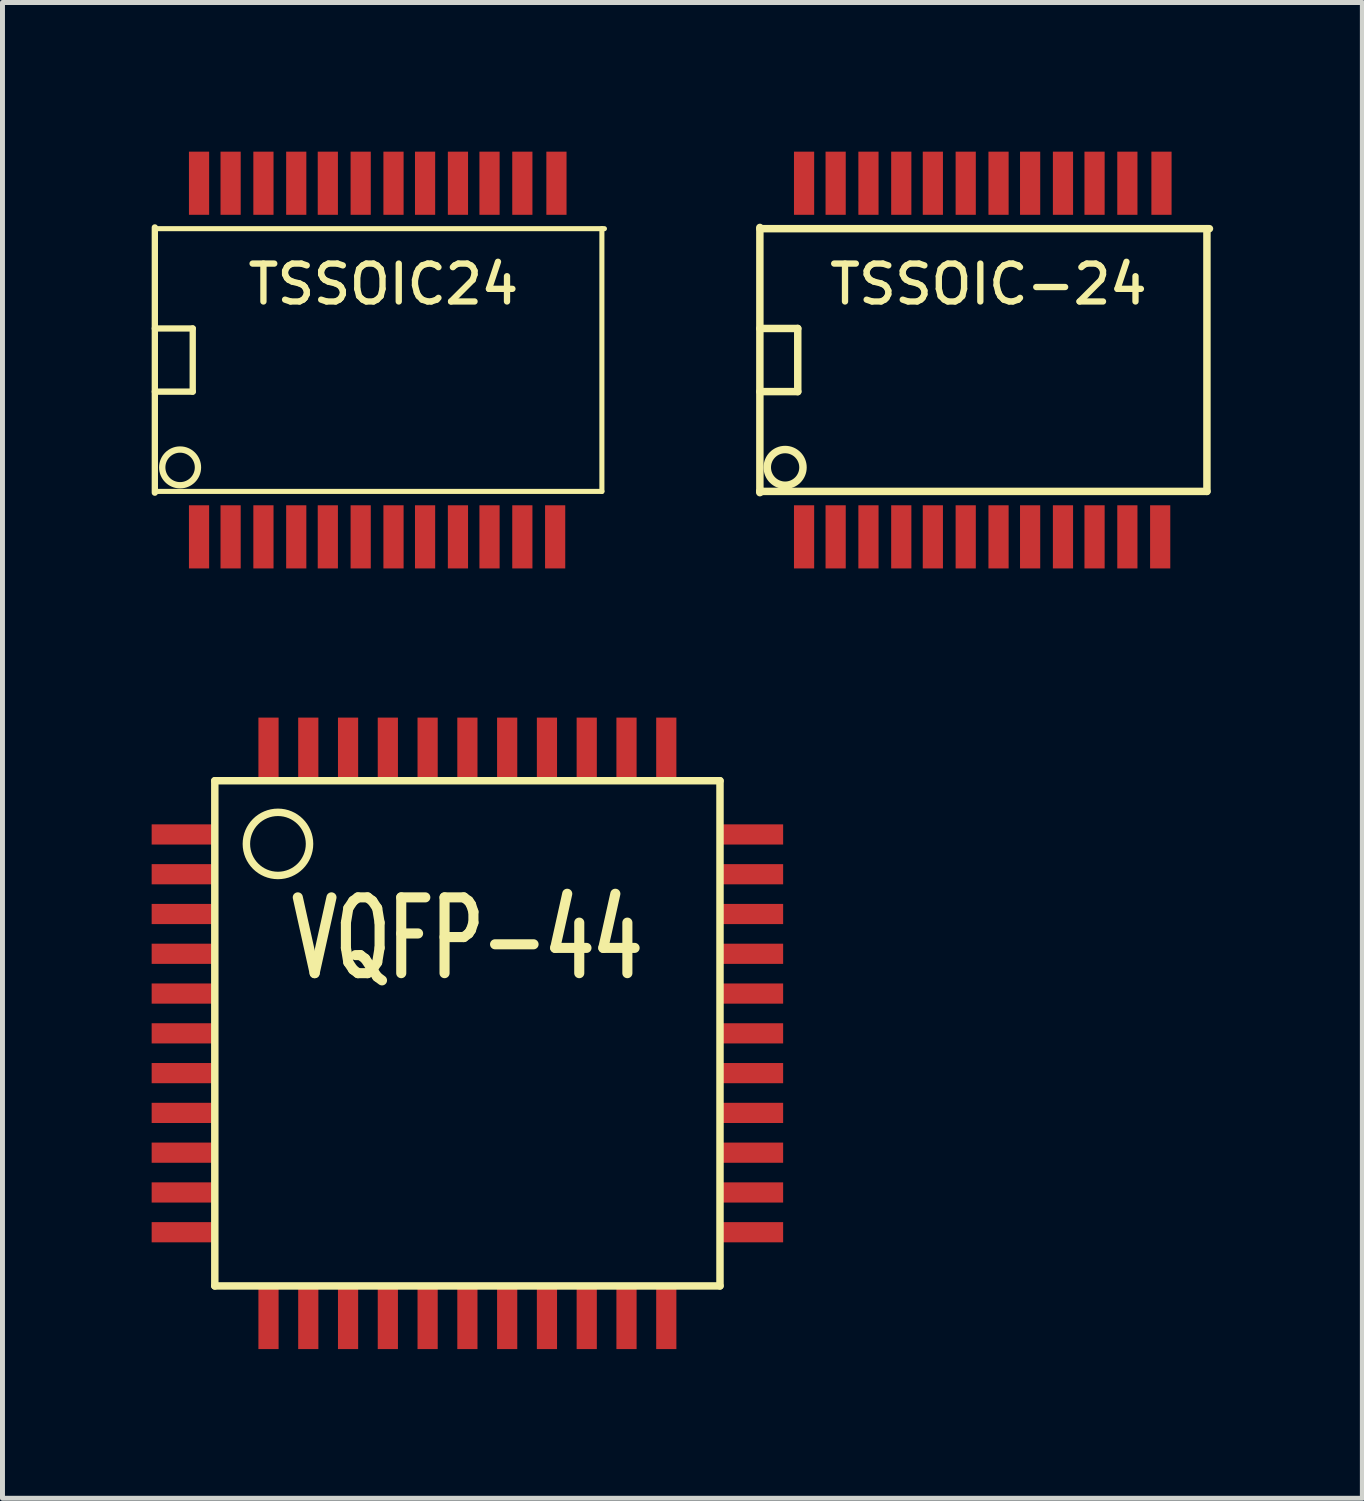
<source format=kicad_pcb>
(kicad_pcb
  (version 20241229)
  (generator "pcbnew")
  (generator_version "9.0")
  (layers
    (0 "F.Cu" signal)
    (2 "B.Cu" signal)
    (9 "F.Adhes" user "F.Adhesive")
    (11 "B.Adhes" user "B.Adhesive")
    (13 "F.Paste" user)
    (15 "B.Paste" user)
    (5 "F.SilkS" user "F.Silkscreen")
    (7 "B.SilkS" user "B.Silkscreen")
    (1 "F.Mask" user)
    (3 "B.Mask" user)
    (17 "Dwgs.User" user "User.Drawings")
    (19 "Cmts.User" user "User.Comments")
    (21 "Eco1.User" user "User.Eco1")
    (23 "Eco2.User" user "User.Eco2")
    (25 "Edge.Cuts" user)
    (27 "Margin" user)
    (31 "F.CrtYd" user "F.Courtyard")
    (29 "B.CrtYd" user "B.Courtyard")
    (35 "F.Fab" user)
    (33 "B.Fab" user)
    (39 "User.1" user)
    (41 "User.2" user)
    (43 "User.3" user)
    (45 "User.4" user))
  (footprint "TSSOIC-24"
    (layer "F.Cu")
    (at 16.702 4.191)
    (property "Reference" "TSSOIC-24" (at 0.127 -1.524 0) (layer "F.SilkS") (effects (font (size 0.762 0.762) (thickness 0.127))))
    (attr smd)
    (fp_line (start -4.47 -2.667) (end -4.47 2.667) (stroke (width 0.15) (type solid)) (layer "F.SilkS"))
    (fp_line (start -4.47 -2.642) (end 4.572 -2.642) (stroke (width 0.15) (type solid)) (layer "F.SilkS"))
    (fp_line (start -4.47 -0.635) (end -3.708 -0.635) (stroke (width 0.15) (type solid)) (layer "F.SilkS"))
    (fp_line (start -4.47 2.642) (end -4.42 2.642) (stroke (width 0.15) (type solid)) (layer "F.SilkS"))
    (fp_line (start -3.708 -0.635) (end -3.708 0.635) (stroke (width 0.15) (type solid)) (layer "F.SilkS"))
    (fp_line (start -3.708 0.635) (end -4.47 0.635) (stroke (width 0.15) (type solid)) (layer "F.SilkS"))
    (fp_line (start 4.521 -2.642) (end 4.521 2.642) (stroke (width 0.15) (type solid)) (layer "F.SilkS"))
    (fp_line (start 4.521 2.642) (end -4.47 2.642) (stroke (width 0.15) (type solid)) (layer "F.SilkS"))
    (fp_circle (center -3.962 2.159) (end -4.216 1.905) (stroke (width 0.15) (type solid)) (fill no) (layer "F.SilkS"))
    (pad "1" smd rect (at -3.581 3.556) (size 0.406 1.27) (layers "F.Cu" "F.Mask" "F.Paste"))
    (pad "2" smd rect (at -2.946 3.556) (size 0.406 1.27) (layers "F.Cu" "F.Mask" "F.Paste"))
    (pad "3" smd rect (at -2.286 3.556) (size 0.406 1.27) (layers "F.Cu" "F.Mask" "F.Paste"))
    (pad "4" smd rect (at -1.626 3.556) (size 0.406 1.27) (layers "F.Cu" "F.Mask" "F.Paste"))
    (pad "5" smd rect (at -0.991 3.556) (size 0.406 1.27) (layers "F.Cu" "F.Mask" "F.Paste"))
    (pad "6" smd rect (at -0.33 3.556) (size 0.406 1.27) (layers "F.Cu" "F.Mask" "F.Paste"))
    (pad "7" smd rect (at 0.33 3.556) (size 0.406 1.27) (layers "F.Cu" "F.Mask" "F.Paste"))
    (pad "8" smd rect (at 0.965 3.556) (size 0.406 1.27) (layers "F.Cu" "F.Mask" "F.Paste"))
    (pad "9" smd rect (at 1.626 3.556) (size 0.406 1.27) (layers "F.Cu" "F.Mask" "F.Paste"))
    (pad "10" smd rect (at 2.261 3.556) (size 0.406 1.27) (layers "F.Cu" "F.Mask" "F.Paste"))
    (pad "11" smd rect (at 2.921 3.556) (size 0.406 1.27) (layers "F.Cu" "F.Mask" "F.Paste"))
    (pad "12" smd rect (at 3.581 3.556) (size 0.406 1.27) (layers "F.Cu" "F.Mask" "F.Paste"))
    (pad "13" smd rect (at 3.607 -3.556) (size 0.406 1.27) (layers "F.Cu" "F.Mask" "F.Paste"))
    (pad "14" smd rect (at 2.921 -3.556) (size 0.406 1.27) (layers "F.Cu" "F.Mask" "F.Paste"))
    (pad "15" smd rect (at 2.261 -3.556) (size 0.406 1.27) (layers "F.Cu" "F.Mask" "F.Paste"))
    (pad "16" smd rect (at 1.626 -3.556) (size 0.406 1.27) (layers "F.Cu" "F.Mask" "F.Paste"))
    (pad "17" smd rect (at 0.965 -3.556) (size 0.406 1.27) (layers "F.Cu" "F.Mask" "F.Paste"))
    (pad "18" smd rect (at 0.33 -3.556) (size 0.406 1.27) (layers "F.Cu" "F.Mask" "F.Paste"))
    (pad "19" smd rect (at -0.33 -3.556) (size 0.406 1.27) (layers "F.Cu" "F.Mask" "F.Paste"))
    (pad "20" smd rect (at -0.991 -3.556) (size 0.406 1.27) (layers "F.Cu" "F.Mask" "F.Paste"))
    (pad "21" smd rect (at -1.626 -3.556) (size 0.406 1.27) (layers "F.Cu" "F.Mask" "F.Paste"))
    (pad "22" smd rect (at -2.286 -3.556) (size 0.406 1.27) (layers "F.Cu" "F.Mask" "F.Paste"))
    (pad "23" smd rect (at -2.946 -3.556) (size 0.406 1.27) (layers "F.Cu" "F.Mask" "F.Paste"))
    (pad "24" smd rect (at -3.581 -3.556) (size 0.406 1.27) (layers "F.Cu" "F.Mask" "F.Paste")))
  (footprint "TSSOIC24"
    (layer "F.Cu")
    (at 4.534 4.191)
    (property "Reference" "TSSOIC24" (at 0.127 -1.524 0) (layer "F.SilkS") (effects (font (size 0.762 0.762) (thickness 0.127))))
    (attr smd)
    (fp_line (start -4.47 -2.667) (end -4.47 2.667) (stroke (width 0.127) (type solid)) (layer "F.SilkS"))
    (fp_line (start -4.47 -2.642) (end 4.572 -2.642) (stroke (width 0.102) (type solid)) (layer "F.SilkS"))
    (fp_line (start -4.47 -0.635) (end -3.708 -0.635) (stroke (width 0.127) (type solid)) (layer "F.SilkS"))
    (fp_line (start -4.47 2.642) (end -4.42 2.642) (stroke (width 0.102) (type solid)) (layer "F.SilkS"))
    (fp_line (start -3.708 -0.635) (end -3.708 0.635) (stroke (width 0.127) (type solid)) (layer "F.SilkS"))
    (fp_line (start -3.708 0.635) (end -4.47 0.635) (stroke (width 0.127) (type solid)) (layer "F.SilkS"))
    (fp_line (start 4.521 -2.642) (end 4.521 2.642) (stroke (width 0.102) (type solid)) (layer "F.SilkS"))
    (fp_line (start 4.521 2.642) (end -4.47 2.642) (stroke (width 0.102) (type solid)) (layer "F.SilkS"))
    (fp_circle (center -3.962 2.159) (end -4.216 1.905) (stroke (width 0.127) (type solid)) (fill no) (layer "F.SilkS"))
    (pad "1" smd rect (at -3.581 3.556) (size 0.406 1.27) (layers "F.Cu" "F.Mask" "F.Paste"))
    (pad "2" smd rect (at -2.946 3.556) (size 0.406 1.27) (layers "F.Cu" "F.Mask" "F.Paste"))
    (pad "3" smd rect (at -2.286 3.556) (size 0.406 1.27) (layers "F.Cu" "F.Mask" "F.Paste"))
    (pad "4" smd rect (at -1.626 3.556) (size 0.406 1.27) (layers "F.Cu" "F.Mask" "F.Paste"))
    (pad "5" smd rect (at -0.991 3.556) (size 0.406 1.27) (layers "F.Cu" "F.Mask" "F.Paste"))
    (pad "6" smd rect (at -0.33 3.556) (size 0.406 1.27) (layers "F.Cu" "F.Mask" "F.Paste"))
    (pad "7" smd rect (at 0.33 3.556) (size 0.406 1.27) (layers "F.Cu" "F.Mask" "F.Paste"))
    (pad "8" smd rect (at 0.965 3.556) (size 0.406 1.27) (layers "F.Cu" "F.Mask" "F.Paste"))
    (pad "9" smd rect (at 1.626 3.556) (size 0.406 1.27) (layers "F.Cu" "F.Mask" "F.Paste"))
    (pad "10" smd rect (at 2.261 3.556) (size 0.406 1.27) (layers "F.Cu" "F.Mask" "F.Paste"))
    (pad "11" smd rect (at 2.921 3.556) (size 0.406 1.27) (layers "F.Cu" "F.Mask" "F.Paste"))
    (pad "12" smd rect (at 3.581 3.556) (size 0.406 1.27) (layers "F.Cu" "F.Mask" "F.Paste"))
    (pad "13" smd rect (at 3.607 -3.556) (size 0.406 1.27) (layers "F.Cu" "F.Mask" "F.Paste"))
    (pad "14" smd rect (at 2.921 -3.556) (size 0.406 1.27) (layers "F.Cu" "F.Mask" "F.Paste"))
    (pad "15" smd rect (at 2.261 -3.556) (size 0.406 1.27) (layers "F.Cu" "F.Mask" "F.Paste"))
    (pad "16" smd rect (at 1.626 -3.556) (size 0.406 1.27) (layers "F.Cu" "F.Mask" "F.Paste"))
    (pad "17" smd rect (at 0.965 -3.556) (size 0.406 1.27) (layers "F.Cu" "F.Mask" "F.Paste"))
    (pad "18" smd rect (at 0.33 -3.556) (size 0.406 1.27) (layers "F.Cu" "F.Mask" "F.Paste"))
    (pad "19" smd rect (at -0.33 -3.556) (size 0.406 1.27) (layers "F.Cu" "F.Mask" "F.Paste"))
    (pad "20" smd rect (at -0.991 -3.556) (size 0.406 1.27) (layers "F.Cu" "F.Mask" "F.Paste"))
    (pad "21" smd rect (at -1.626 -3.556) (size 0.406 1.27) (layers "F.Cu" "F.Mask" "F.Paste"))
    (pad "22" smd rect (at -2.286 -3.556) (size 0.406 1.27) (layers "F.Cu" "F.Mask" "F.Paste"))
    (pad "23" smd rect (at -2.946 -3.556) (size 0.406 1.27) (layers "F.Cu" "F.Mask" "F.Paste"))
    (pad "24" smd rect (at -3.581 -3.556) (size 0.406 1.27) (layers "F.Cu" "F.Mask" "F.Paste")))
  (footprint "VQFP-44"
    (layer "F.Cu")
    (at 6.35 17.732)
    (property "Reference" "VQFP-44" (at 0 -1.905 0) (layer "F.SilkS") (effects (font (size 1.524 1.016) (thickness 0.203))))
    (attr smd)
    (fp_line (start -5.08 -5.08) (end 5.08 -5.08) (stroke (width 0.15) (type solid)) (layer "F.SilkS"))
    (fp_line (start -5.08 5.08) (end -5.08 -5.08) (stroke (width 0.15) (type solid)) (layer "F.SilkS"))
    (fp_line (start 5.08 -5.08) (end 5.08 5.08) (stroke (width 0.15) (type solid)) (layer "F.SilkS"))
    (fp_line (start 5.08 5.08) (end -5.08 5.08) (stroke (width 0.15) (type solid)) (layer "F.SilkS"))
    (fp_circle (center -3.81 -3.81) (end -3.81 -3.175) (stroke (width 0.15) (type solid)) (fill no) (layer "F.SilkS"))
    (pad "1" smd rect (at -5.715 -4) (size 1.27 0.406) (layers "F.Cu" "F.Mask" "F.Paste"))
    (pad "2" smd rect (at -5.715 -3.2) (size 1.27 0.406) (layers "F.Cu" "F.Mask" "F.Paste"))
    (pad "3" smd rect (at -5.715 -2.4) (size 1.27 0.406) (layers "F.Cu" "F.Mask" "F.Paste"))
    (pad "4" smd rect (at -5.715 -1.6) (size 1.27 0.406) (layers "F.Cu" "F.Mask" "F.Paste"))
    (pad "5" smd rect (at -5.715 -0.8) (size 1.27 0.406) (layers "F.Cu" "F.Mask" "F.Paste"))
    (pad "6" smd rect (at -5.715 0) (size 1.27 0.406) (layers "F.Cu" "F.Mask" "F.Paste"))
    (pad "7" smd rect (at -5.715 0.8) (size 1.27 0.406) (layers "F.Cu" "F.Mask" "F.Paste"))
    (pad "8" smd rect (at -5.715 1.6) (size 1.27 0.406) (layers "F.Cu" "F.Mask" "F.Paste"))
    (pad "9" smd rect (at -5.715 2.4) (size 1.27 0.406) (layers "F.Cu" "F.Mask" "F.Paste"))
    (pad "10" smd rect (at -5.715 3.2) (size 1.27 0.406) (layers "F.Cu" "F.Mask" "F.Paste"))
    (pad "11" smd rect (at -5.715 4) (size 1.27 0.406) (layers "F.Cu" "F.Mask" "F.Paste"))
    (pad "12" smd rect (at -4 5.715) (size 0.406 1.27) (layers "F.Cu" "F.Mask" "F.Paste"))
    (pad "13" smd rect (at -3.2 5.715) (size 0.406 1.27) (layers "F.Cu" "F.Mask" "F.Paste"))
    (pad "14" smd rect (at -2.4 5.715) (size 0.406 1.27) (layers "F.Cu" "F.Mask" "F.Paste"))
    (pad "15" smd rect (at -1.6 5.715) (size 0.406 1.27) (layers "F.Cu" "F.Mask" "F.Paste"))
    (pad "16" smd rect (at -0.8 5.715) (size 0.406 1.27) (layers "F.Cu" "F.Mask" "F.Paste"))
    (pad "17" smd rect (at 0 5.715) (size 0.406 1.27) (layers "F.Cu" "F.Mask" "F.Paste"))
    (pad "18" smd rect (at 0.8 5.715) (size 0.406 1.27) (layers "F.Cu" "F.Mask" "F.Paste"))
    (pad "19" smd rect (at 1.6 5.715) (size 0.406 1.27) (layers "F.Cu" "F.Mask" "F.Paste"))
    (pad "20" smd rect (at 2.4 5.715) (size 0.406 1.27) (layers "F.Cu" "F.Mask" "F.Paste"))
    (pad "21" smd rect (at 3.2 5.715) (size 0.406 1.27) (layers "F.Cu" "F.Mask" "F.Paste"))
    (pad "22" smd rect (at 4 5.715) (size 0.406 1.27) (layers "F.Cu" "F.Mask" "F.Paste"))
    (pad "23" smd rect (at 5.715 4) (size 1.27 0.406) (layers "F.Cu" "F.Mask" "F.Paste"))
    (pad "24" smd rect (at 5.715 3.2) (size 1.27 0.406) (layers "F.Cu" "F.Mask" "F.Paste"))
    (pad "25" smd rect (at 5.715 2.4) (size 1.27 0.406) (layers "F.Cu" "F.Mask" "F.Paste"))
    (pad "26" smd rect (at 5.715 1.6) (size 1.27 0.406) (layers "F.Cu" "F.Mask" "F.Paste"))
    (pad "27" smd rect (at 5.715 0.8) (size 1.27 0.406) (layers "F.Cu" "F.Mask" "F.Paste"))
    (pad "28" smd rect (at 5.715 0) (size 1.27 0.406) (layers "F.Cu" "F.Mask" "F.Paste"))
    (pad "29" smd rect (at 5.715 -0.8) (size 1.27 0.406) (layers "F.Cu" "F.Mask" "F.Paste"))
    (pad "30" smd rect (at 5.715 -1.6) (size 1.27 0.406) (layers "F.Cu" "F.Mask" "F.Paste"))
    (pad "31" smd rect (at 5.715 -2.4) (size 1.27 0.406) (layers "F.Cu" "F.Mask" "F.Paste"))
    (pad "32" smd rect (at 5.715 -3.2) (size 1.27 0.406) (layers "F.Cu" "F.Mask" "F.Paste"))
    (pad "33" smd rect (at 5.715 -4) (size 1.27 0.406) (layers "F.Cu" "F.Mask" "F.Paste"))
    (pad "34" smd rect (at 4 -5.715 90) (size 1.27 0.406) (layers "F.Cu" "F.Mask" "F.Paste"))
    (pad "35" smd rect (at 3.2 -5.715 90) (size 1.27 0.406) (layers "F.Cu" "F.Mask" "F.Paste"))
    (pad "36" smd rect (at 2.4 -5.715 90) (size 1.27 0.406) (layers "F.Cu" "F.Mask" "F.Paste"))
    (pad "37" smd rect (at 1.6 -5.715 90) (size 1.27 0.406) (layers "F.Cu" "F.Mask" "F.Paste"))
    (pad "38" smd rect (at 0.8 -5.715 90) (size 1.27 0.406) (layers "F.Cu" "F.Mask" "F.Paste"))
    (pad "39" smd rect (at 0 -5.715 90) (size 1.27 0.406) (layers "F.Cu" "F.Mask" "F.Paste"))
    (pad "40" smd rect (at -0.8 -5.715 90) (size 1.27 0.406) (layers "F.Cu" "F.Mask" "F.Paste"))
    (pad "41" smd rect (at -1.6 -5.715 90) (size 1.27 0.406) (layers "F.Cu" "F.Mask" "F.Paste"))
    (pad "42" smd rect (at -2.4 -5.715 90) (size 1.27 0.406) (layers "F.Cu" "F.Mask" "F.Paste"))
    (pad "43" smd rect (at -3.2 -5.715 90) (size 1.27 0.406) (layers "F.Cu" "F.Mask" "F.Paste"))
    (pad "44" smd rect (at -4 -5.715 90) (size 1.27 0.406) (layers "F.Cu" "F.Mask" "F.Paste")))
  (gr_rect
    (start -3 -3)
    (end 24.349 27.082)
    (stroke (width 0.1) (type default))
    (fill no)
    (layer "Edge.Cuts")))
</source>
